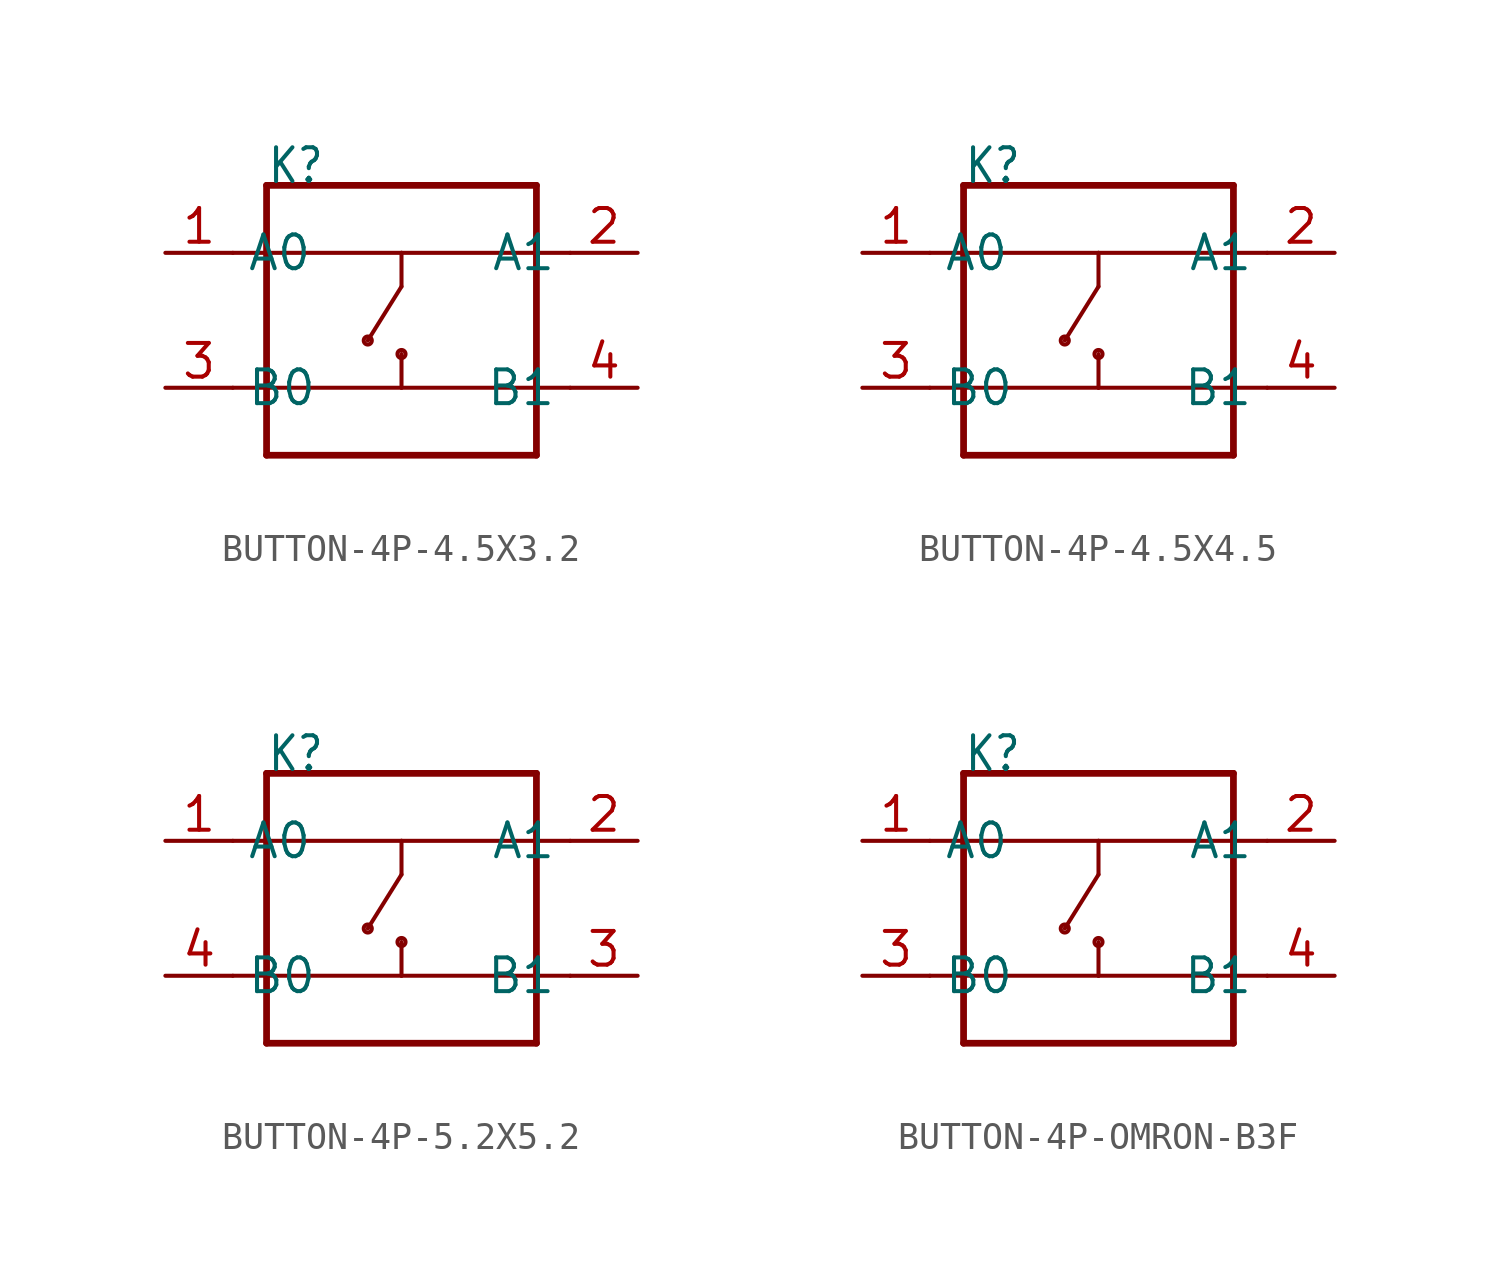
<source format=kicad_sym>
(kicad_symbol_lib
  (version 20231120)
  (generator "kicad_symbol_editor")
  (generator_version "8.0")
  (symbol "BUTTON-4P-4.5X3.2"
    (property "Reference" "K"
      (at -5.08 5.08 0)
      (effects (font (size 1.27 1.079)) (justify left bottom)))
    (property "Value" ""
      (at -5.08 -6.35 0)
      (effects (font (size 1.27 1.079)) (justify left bottom)))
    (property "ki_locked" ""
      (at 0 0 0)
      (effects (font (size 1.27 1.27))))
    (symbol "BUTTON-4P-4.5X3.2_1_0"
      (circle (center -1.27 -0.762) (radius 0.152) (stroke (width 0) (type solid)) (fill (type none)))
      (circle (center 0 -1.27) (radius 0.152) (stroke (width 0) (type solid)) (fill (type none)))
      (polyline (pts (xy -6.35 -2.54) (xy -5.08 -2.54)) (stroke (width 0.152) (type solid)) (fill (type none)))
      (polyline (pts (xy -6.35 2.54) (xy -5.08 2.54)) (stroke (width 0.152) (type solid)) (fill (type none)))
      (polyline (pts (xy -5.08 -5.08) (xy -5.08 -2.54)) (stroke (width 0.254) (type solid)) (fill (type none)))
      (polyline (pts (xy -5.08 -2.54) (xy -5.08 2.54)) (stroke (width 0.254) (type solid)) (fill (type none)))
      (polyline (pts (xy -5.08 2.54) (xy -5.08 5.08)) (stroke (width 0.254) (type solid)) (fill (type none)))
      (polyline (pts (xy -5.08 2.54) (xy 0 2.54)) (stroke (width 0.152) (type solid)) (fill (type none)))
      (polyline (pts (xy -5.08 5.08) (xy 5.08 5.08)) (stroke (width 0.254) (type solid)) (fill (type none)))
      (polyline (pts (xy 0 -2.54) (xy -5.08 -2.54)) (stroke (width 0.152) (type solid)) (fill (type none)))
      (polyline (pts (xy 0 -2.54) (xy 5.08 -2.54)) (stroke (width 0.152) (type solid)) (fill (type none)))
      (polyline (pts (xy 0 -1.27) (xy 0 -2.54)) (stroke (width 0.152) (type solid)) (fill (type none)))
      (polyline (pts (xy 0 1.27) (xy -1.27 -0.762)) (stroke (width 0.152) (type solid)) (fill (type none)))
      (polyline (pts (xy 0 2.54) (xy 0 1.27)) (stroke (width 0.152) (type solid)) (fill (type none)))
      (polyline (pts (xy 0 2.54) (xy 5.08 2.54)) (stroke (width 0.152) (type solid)) (fill (type none)))
      (polyline (pts (xy 5.08 -5.08) (xy -5.08 -5.08)) (stroke (width 0.254) (type solid)) (fill (type none)))
      (polyline (pts (xy 5.08 -2.54) (xy 5.08 -5.08)) (stroke (width 0.254) (type solid)) (fill (type none)))
      (polyline (pts (xy 5.08 2.54) (xy 5.08 -2.54)) (stroke (width 0.254) (type solid)) (fill (type none)))
      (polyline (pts (xy 5.08 5.08) (xy 5.08 2.54)) (stroke (width 0.254) (type solid)) (fill (type none)))
      (polyline (pts (xy 6.35 -2.54) (xy 5.08 -2.54)) (stroke (width 0.152) (type solid)) (fill (type none)))
      (polyline (pts (xy 6.35 2.54) (xy 5.08 2.54)) (stroke (width 0.152) (type solid)) (fill (type none)))
      (pin bidirectional line (at -8.89 2.54 0) (length 2.54) (name "A0" (effects (font (size 1.27 1.27)))) (number "1" (effects (font (size 1.27 1.27)))))
      (pin bidirectional line (at 8.89 2.54 180) (length 2.54) (name "A1" (effects (font (size 1.27 1.27)))) (number "2" (effects (font (size 1.27 1.27)))))
      (pin bidirectional line (at -8.89 -2.54 0) (length 2.54) (name "B0" (effects (font (size 1.27 1.27)))) (number "3" (effects (font (size 1.27 1.27)))))
      (pin bidirectional line (at 8.89 -2.54 180) (length 2.54) (name "B1" (effects (font (size 1.27 1.27)))) (number "4" (effects (font (size 1.27 1.27)))))))
  (symbol "BUTTON-4P-4.5X4.5"
    (property "Reference" "K"
      (at -5.08 5.08 0)
      (effects (font (size 1.27 1.079)) (justify left bottom)))
    (property "Value" ""
      (at -5.08 -6.35 0)
      (effects (font (size 1.27 1.079)) (justify left bottom)))
    (property "ki_locked" ""
      (at 0 0 0)
      (effects (font (size 1.27 1.27))))
    (symbol "BUTTON-4P-4.5X4.5_1_0"
      (circle (center -1.27 -0.762) (radius 0.152) (stroke (width 0) (type solid)) (fill (type none)))
      (circle (center 0 -1.27) (radius 0.152) (stroke (width 0) (type solid)) (fill (type none)))
      (polyline (pts (xy -6.35 -2.54) (xy -5.08 -2.54)) (stroke (width 0.152) (type solid)) (fill (type none)))
      (polyline (pts (xy -6.35 2.54) (xy -5.08 2.54)) (stroke (width 0.152) (type solid)) (fill (type none)))
      (polyline (pts (xy -5.08 -5.08) (xy -5.08 -2.54)) (stroke (width 0.254) (type solid)) (fill (type none)))
      (polyline (pts (xy -5.08 -2.54) (xy -5.08 2.54)) (stroke (width 0.254) (type solid)) (fill (type none)))
      (polyline (pts (xy -5.08 2.54) (xy -5.08 5.08)) (stroke (width 0.254) (type solid)) (fill (type none)))
      (polyline (pts (xy -5.08 2.54) (xy 0 2.54)) (stroke (width 0.152) (type solid)) (fill (type none)))
      (polyline (pts (xy -5.08 5.08) (xy 5.08 5.08)) (stroke (width 0.254) (type solid)) (fill (type none)))
      (polyline (pts (xy 0 -2.54) (xy -5.08 -2.54)) (stroke (width 0.152) (type solid)) (fill (type none)))
      (polyline (pts (xy 0 -2.54) (xy 5.08 -2.54)) (stroke (width 0.152) (type solid)) (fill (type none)))
      (polyline (pts (xy 0 -1.27) (xy 0 -2.54)) (stroke (width 0.152) (type solid)) (fill (type none)))
      (polyline (pts (xy 0 1.27) (xy -1.27 -0.762)) (stroke (width 0.152) (type solid)) (fill (type none)))
      (polyline (pts (xy 0 2.54) (xy 0 1.27)) (stroke (width 0.152) (type solid)) (fill (type none)))
      (polyline (pts (xy 0 2.54) (xy 5.08 2.54)) (stroke (width 0.152) (type solid)) (fill (type none)))
      (polyline (pts (xy 5.08 -5.08) (xy -5.08 -5.08)) (stroke (width 0.254) (type solid)) (fill (type none)))
      (polyline (pts (xy 5.08 -2.54) (xy 5.08 -5.08)) (stroke (width 0.254) (type solid)) (fill (type none)))
      (polyline (pts (xy 5.08 2.54) (xy 5.08 -2.54)) (stroke (width 0.254) (type solid)) (fill (type none)))
      (polyline (pts (xy 5.08 5.08) (xy 5.08 2.54)) (stroke (width 0.254) (type solid)) (fill (type none)))
      (polyline (pts (xy 6.35 -2.54) (xy 5.08 -2.54)) (stroke (width 0.152) (type solid)) (fill (type none)))
      (polyline (pts (xy 6.35 2.54) (xy 5.08 2.54)) (stroke (width 0.152) (type solid)) (fill (type none)))
      (pin bidirectional line (at -8.89 2.54 0) (length 2.54) (name "A0" (effects (font (size 1.27 1.27)))) (number "1" (effects (font (size 1.27 1.27)))))
      (pin bidirectional line (at 8.89 2.54 180) (length 2.54) (name "A1" (effects (font (size 1.27 1.27)))) (number "2" (effects (font (size 1.27 1.27)))))
      (pin bidirectional line (at -8.89 -2.54 0) (length 2.54) (name "B0" (effects (font (size 1.27 1.27)))) (number "3" (effects (font (size 1.27 1.27)))))
      (pin bidirectional line (at 8.89 -2.54 180) (length 2.54) (name "B1" (effects (font (size 1.27 1.27)))) (number "4" (effects (font (size 1.27 1.27)))))))
  (symbol "BUTTON-4P-5.2X5.2"
    (property "Reference" "K"
      (at -5.08 5.08 0)
      (effects (font (size 1.27 1.079)) (justify left bottom)))
    (property "Value" ""
      (at -5.08 -6.35 0)
      (effects (font (size 1.27 1.079)) (justify left bottom)))
    (property "ki_locked" ""
      (at 0 0 0)
      (effects (font (size 1.27 1.27))))
    (symbol "BUTTON-4P-5.2X5.2_1_0"
      (circle (center -1.27 -0.762) (radius 0.152) (stroke (width 0) (type solid)) (fill (type none)))
      (circle (center 0 -1.27) (radius 0.152) (stroke (width 0) (type solid)) (fill (type none)))
      (polyline (pts (xy -6.35 -2.54) (xy -5.08 -2.54)) (stroke (width 0.152) (type solid)) (fill (type none)))
      (polyline (pts (xy -6.35 2.54) (xy -5.08 2.54)) (stroke (width 0.152) (type solid)) (fill (type none)))
      (polyline (pts (xy -5.08 -5.08) (xy -5.08 -2.54)) (stroke (width 0.254) (type solid)) (fill (type none)))
      (polyline (pts (xy -5.08 -2.54) (xy -5.08 2.54)) (stroke (width 0.254) (type solid)) (fill (type none)))
      (polyline (pts (xy -5.08 2.54) (xy -5.08 5.08)) (stroke (width 0.254) (type solid)) (fill (type none)))
      (polyline (pts (xy -5.08 2.54) (xy 0 2.54)) (stroke (width 0.152) (type solid)) (fill (type none)))
      (polyline (pts (xy -5.08 5.08) (xy 5.08 5.08)) (stroke (width 0.254) (type solid)) (fill (type none)))
      (polyline (pts (xy 0 -2.54) (xy -5.08 -2.54)) (stroke (width 0.152) (type solid)) (fill (type none)))
      (polyline (pts (xy 0 -2.54) (xy 5.08 -2.54)) (stroke (width 0.152) (type solid)) (fill (type none)))
      (polyline (pts (xy 0 -1.27) (xy 0 -2.54)) (stroke (width 0.152) (type solid)) (fill (type none)))
      (polyline (pts (xy 0 1.27) (xy -1.27 -0.762)) (stroke (width 0.152) (type solid)) (fill (type none)))
      (polyline (pts (xy 0 2.54) (xy 0 1.27)) (stroke (width 0.152) (type solid)) (fill (type none)))
      (polyline (pts (xy 0 2.54) (xy 5.08 2.54)) (stroke (width 0.152) (type solid)) (fill (type none)))
      (polyline (pts (xy 5.08 -5.08) (xy -5.08 -5.08)) (stroke (width 0.254) (type solid)) (fill (type none)))
      (polyline (pts (xy 5.08 -2.54) (xy 5.08 -5.08)) (stroke (width 0.254) (type solid)) (fill (type none)))
      (polyline (pts (xy 5.08 2.54) (xy 5.08 -2.54)) (stroke (width 0.254) (type solid)) (fill (type none)))
      (polyline (pts (xy 5.08 5.08) (xy 5.08 2.54)) (stroke (width 0.254) (type solid)) (fill (type none)))
      (polyline (pts (xy 6.35 -2.54) (xy 5.08 -2.54)) (stroke (width 0.152) (type solid)) (fill (type none)))
      (polyline (pts (xy 6.35 2.54) (xy 5.08 2.54)) (stroke (width 0.152) (type solid)) (fill (type none)))
      (pin bidirectional line (at -8.89 2.54 0) (length 2.54) (name "A0" (effects (font (size 1.27 1.27)))) (number "1" (effects (font (size 1.27 1.27)))))
      (pin bidirectional line (at 8.89 2.54 180) (length 2.54) (name "A1" (effects (font (size 1.27 1.27)))) (number "2" (effects (font (size 1.27 1.27)))))
      (pin bidirectional line (at 8.89 -2.54 180) (length 2.54) (name "B1" (effects (font (size 1.27 1.27)))) (number "3" (effects (font (size 1.27 1.27)))))
      (pin bidirectional line (at -8.89 -2.54 0) (length 2.54) (name "B0" (effects (font (size 1.27 1.27)))) (number "4" (effects (font (size 1.27 1.27)))))))
  (symbol "BUTTON-4P-OMRON-B3F"
    (property "Reference" "K"
      (at -5.08 5.08 0)
      (effects (font (size 1.27 1.079)) (justify left bottom)))
    (property "Value" ""
      (at -5.08 -6.35 0)
      (effects (font (size 1.27 1.079)) (justify left bottom)))
    (property "ki_locked" ""
      (at 0 0 0)
      (effects (font (size 1.27 1.27))))
    (symbol "BUTTON-4P-OMRON-B3F_1_0"
      (circle (center -1.27 -0.762) (radius 0.152) (stroke (width 0) (type solid)) (fill (type none)))
      (circle (center 0 -1.27) (radius 0.152) (stroke (width 0) (type solid)) (fill (type none)))
      (polyline (pts (xy -6.35 -2.54) (xy -5.08 -2.54)) (stroke (width 0.152) (type solid)) (fill (type none)))
      (polyline (pts (xy -6.35 2.54) (xy -5.08 2.54)) (stroke (width 0.152) (type solid)) (fill (type none)))
      (polyline (pts (xy -5.08 -5.08) (xy -5.08 -2.54)) (stroke (width 0.254) (type solid)) (fill (type none)))
      (polyline (pts (xy -5.08 -2.54) (xy -5.08 2.54)) (stroke (width 0.254) (type solid)) (fill (type none)))
      (polyline (pts (xy -5.08 2.54) (xy -5.08 5.08)) (stroke (width 0.254) (type solid)) (fill (type none)))
      (polyline (pts (xy -5.08 2.54) (xy 0 2.54)) (stroke (width 0.152) (type solid)) (fill (type none)))
      (polyline (pts (xy -5.08 5.08) (xy 5.08 5.08)) (stroke (width 0.254) (type solid)) (fill (type none)))
      (polyline (pts (xy 0 -2.54) (xy -5.08 -2.54)) (stroke (width 0.152) (type solid)) (fill (type none)))
      (polyline (pts (xy 0 -2.54) (xy 5.08 -2.54)) (stroke (width 0.152) (type solid)) (fill (type none)))
      (polyline (pts (xy 0 -1.27) (xy 0 -2.54)) (stroke (width 0.152) (type solid)) (fill (type none)))
      (polyline (pts (xy 0 1.27) (xy -1.27 -0.762)) (stroke (width 0.152) (type solid)) (fill (type none)))
      (polyline (pts (xy 0 2.54) (xy 0 1.27)) (stroke (width 0.152) (type solid)) (fill (type none)))
      (polyline (pts (xy 0 2.54) (xy 5.08 2.54)) (stroke (width 0.152) (type solid)) (fill (type none)))
      (polyline (pts (xy 5.08 -5.08) (xy -5.08 -5.08)) (stroke (width 0.254) (type solid)) (fill (type none)))
      (polyline (pts (xy 5.08 -2.54) (xy 5.08 -5.08)) (stroke (width 0.254) (type solid)) (fill (type none)))
      (polyline (pts (xy 5.08 2.54) (xy 5.08 -2.54)) (stroke (width 0.254) (type solid)) (fill (type none)))
      (polyline (pts (xy 5.08 5.08) (xy 5.08 2.54)) (stroke (width 0.254) (type solid)) (fill (type none)))
      (polyline (pts (xy 6.35 -2.54) (xy 5.08 -2.54)) (stroke (width 0.152) (type solid)) (fill (type none)))
      (polyline (pts (xy 6.35 2.54) (xy 5.08 2.54)) (stroke (width 0.152) (type solid)) (fill (type none)))
      (pin bidirectional line (at -8.89 2.54 0) (length 2.54) (name "A0" (effects (font (size 1.27 1.27)))) (number "1" (effects (font (size 1.27 1.27)))))
      (pin bidirectional line (at 8.89 2.54 180) (length 2.54) (name "A1" (effects (font (size 1.27 1.27)))) (number "2" (effects (font (size 1.27 1.27)))))
      (pin bidirectional line (at -8.89 -2.54 0) (length 2.54) (name "B0" (effects (font (size 1.27 1.27)))) (number "3" (effects (font (size 1.27 1.27)))))
      (pin bidirectional line (at 8.89 -2.54 180) (length 2.54) (name "B1" (effects (font (size 1.27 1.27)))) (number "4" (effects (font (size 1.27 1.27))))))))
</source>
